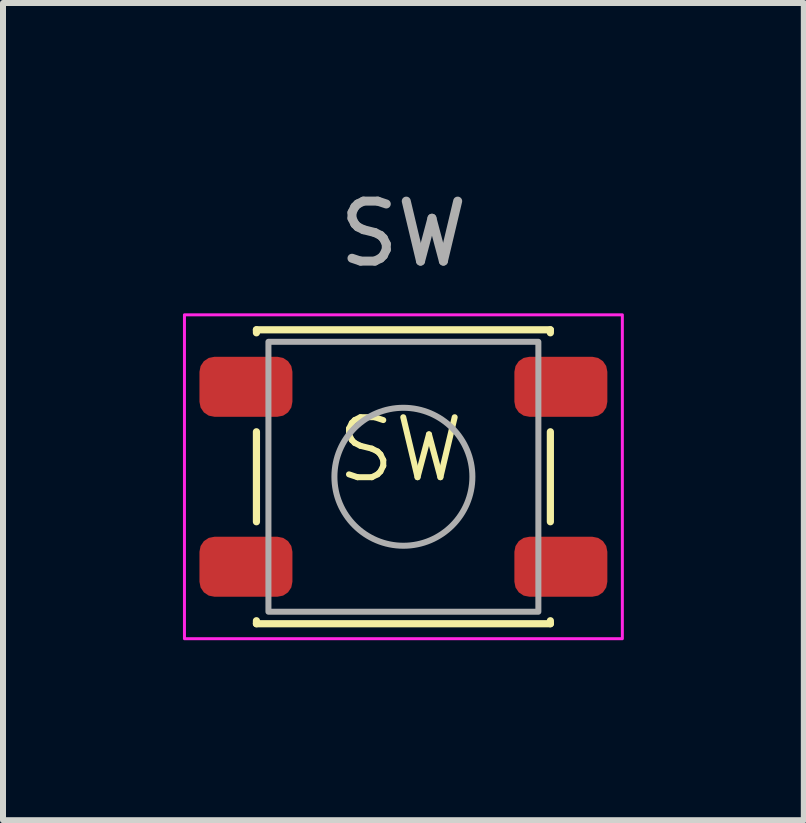
<source format=kicad_pcb>
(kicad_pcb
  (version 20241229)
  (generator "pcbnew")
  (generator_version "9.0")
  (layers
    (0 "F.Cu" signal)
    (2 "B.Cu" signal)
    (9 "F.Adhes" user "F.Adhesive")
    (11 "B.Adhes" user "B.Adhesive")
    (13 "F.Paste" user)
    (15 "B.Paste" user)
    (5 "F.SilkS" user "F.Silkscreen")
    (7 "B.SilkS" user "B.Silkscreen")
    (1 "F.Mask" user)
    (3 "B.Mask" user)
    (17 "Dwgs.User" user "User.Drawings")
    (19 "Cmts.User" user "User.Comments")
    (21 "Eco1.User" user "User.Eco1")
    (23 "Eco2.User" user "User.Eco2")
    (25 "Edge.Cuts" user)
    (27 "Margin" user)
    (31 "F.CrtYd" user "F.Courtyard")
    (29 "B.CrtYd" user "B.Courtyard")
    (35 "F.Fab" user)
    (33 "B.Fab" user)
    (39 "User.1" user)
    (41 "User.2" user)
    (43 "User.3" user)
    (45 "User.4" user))
  (footprint "SW"
    (layer "F.Cu")
    (at 3.625 4.948)
    (property "Reference" "SW" (at 0 -0.5 0) (unlocked yes) (layer "F.SilkS") (effects (font (size 1 1) (thickness 0.1))))
    (attr smd)
    (fp_line (start -2.4 -2.5) (end -2.4 -2.45) (stroke (width 0.12) (type solid)) (layer "F.SilkS"))
    (fp_line (start -2.4 -2.5) (end 2.5 -2.5) (stroke (width 0.12) (type solid)) (layer "F.SilkS"))
    (fp_line (start -2.4 -0.8) (end -2.4 0.7) (stroke (width 0.12) (type solid)) (layer "F.SilkS"))
    (fp_line (start -2.4 2.4) (end -2.4 2.35) (stroke (width 0.12) (type solid)) (layer "F.SilkS"))
    (fp_line (start -2.4 2.4) (end 2.5 2.4) (stroke (width 0.12) (type solid)) (layer "F.SilkS"))
    (fp_line (start 2.5 -2.5) (end 2.5 -2.45) (stroke (width 0.12) (type solid)) (layer "F.SilkS"))
    (fp_line (start 2.5 -0.8) (end 2.5 0.7) (stroke (width 0.12) (type solid)) (layer "F.SilkS"))
    (fp_line (start 2.5 2.4) (end 2.5 2.35) (stroke (width 0.12) (type solid)) (layer "F.SilkS"))
    (fp_rect (start -3.6 -2.75) (end 3.7 2.65) (stroke (width 0.05) (type default)) (fill no) (layer "F.CrtYd"))
    (fp_rect (start -2.2 -2.3) (end 2.3 2.2) (stroke (width 0.1) (type default)) (fill no) (layer "F.Fab"))
    (fp_circle (center 0.05 -0.05) (end 1.2 -0.05) (stroke (width 0.1) (type solid)) (fill no) (layer "F.Fab"))
    (fp_text user "${REFERENCE}" (at 0.05 -4.1 0) (layer "F.Fab") (effects (font (size 1 1) (thickness 0.15))))
    (pad "1" smd roundrect (at -2.575 -1.55) (size 1.55 1) (layers "F.Cu" "F.Mask" "F.Paste") (roundrect_rratio 0.25))
    (pad "1" smd roundrect (at 2.675 -1.55) (size 1.55 1) (layers "F.Cu" "F.Mask" "F.Paste") (roundrect_rratio 0.25))
    (pad "2" smd roundrect (at -2.575 1.45) (size 1.55 1) (layers "F.Cu" "F.Mask" "F.Paste") (roundrect_rratio 0.25))
    (pad "2" smd roundrect (at 2.675 1.45) (size 1.55 1) (layers "F.Cu" "F.Mask" "F.Paste") (roundrect_rratio 0.25)))
  (gr_rect
    (start -3 -3)
    (end 10.35 10.623)
    (stroke (width 0.1) (type default))
    (fill no)
    (layer "Edge.Cuts")))
</source>
